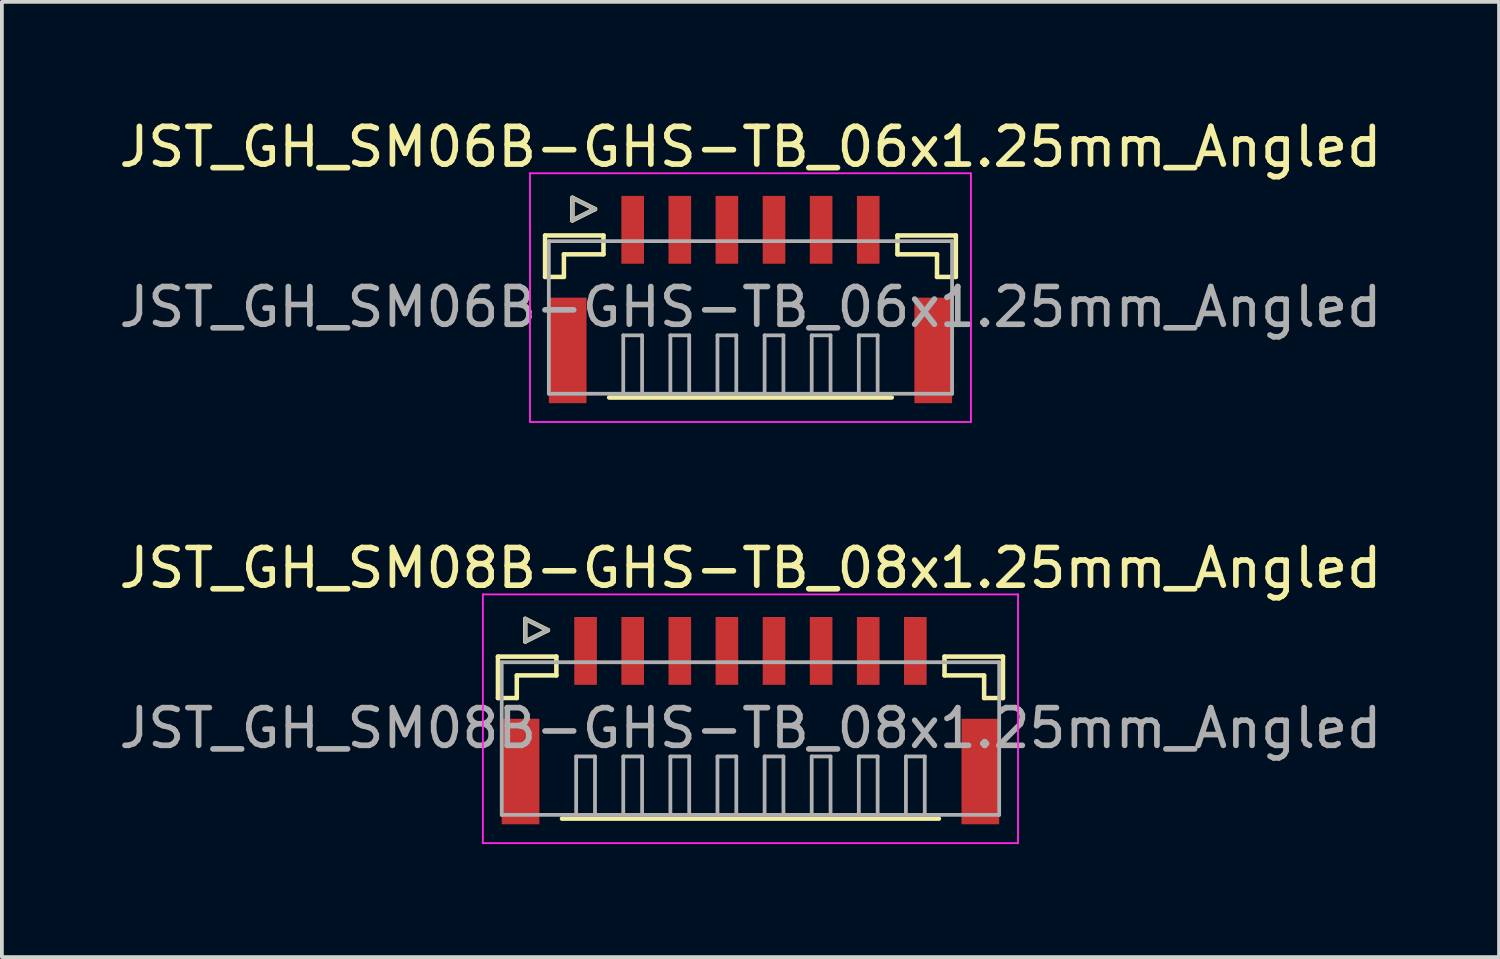
<source format=kicad_pcb>
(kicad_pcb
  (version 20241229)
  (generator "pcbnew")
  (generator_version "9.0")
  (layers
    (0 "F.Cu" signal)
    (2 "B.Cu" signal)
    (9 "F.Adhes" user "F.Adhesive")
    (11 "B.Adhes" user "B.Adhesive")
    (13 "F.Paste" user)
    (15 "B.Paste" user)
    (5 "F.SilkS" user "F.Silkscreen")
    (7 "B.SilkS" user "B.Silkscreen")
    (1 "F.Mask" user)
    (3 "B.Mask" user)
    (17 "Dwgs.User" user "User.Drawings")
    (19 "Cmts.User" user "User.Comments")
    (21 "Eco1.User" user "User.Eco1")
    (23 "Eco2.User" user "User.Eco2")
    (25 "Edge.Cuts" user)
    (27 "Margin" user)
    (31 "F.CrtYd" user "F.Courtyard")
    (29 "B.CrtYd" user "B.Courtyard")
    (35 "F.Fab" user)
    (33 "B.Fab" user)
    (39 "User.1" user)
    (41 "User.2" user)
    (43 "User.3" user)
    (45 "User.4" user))
  (footprint "JST_GH_SM08B-GHS-TB_08x1.25mm_Angled"
    (layer "F.Cu")
    (at 16.863 15.822)
    (property "Reference" "JST_GH_SM08B-GHS-TB_08x1.25mm_Angled" (at 0 -3.8 0) (layer "F.SilkS") (effects (font (size 1 1) (thickness 0.15))))
    (attr smd)
    (fp_line (start -6.7 -1.45) (end -5.15 -1.45) (stroke (width 0.12) (type solid)) (layer "F.SilkS"))
    (fp_line (start -6.7 -0.35) (end -6.7 -1.45) (stroke (width 0.12) (type solid)) (layer "F.SilkS"))
    (fp_line (start -6.2 -0.95) (end -6.2 -0.35) (stroke (width 0.12) (type solid)) (layer "F.SilkS"))
    (fp_line (start -6.2 -0.35) (end -6.7 -0.35) (stroke (width 0.12) (type solid)) (layer "F.SilkS"))
    (fp_line (start -5.975 -2.45) (end -5.975 -1.85) (stroke (width 0.12) (type solid)) (layer "F.SilkS"))
    (fp_line (start -5.975 -1.85) (end -5.375 -2.15) (stroke (width 0.12) (type solid)) (layer "F.SilkS"))
    (fp_line (start -5.375 -2.15) (end -5.975 -2.45) (stroke (width 0.12) (type solid)) (layer "F.SilkS"))
    (fp_line (start -5.15 -1.45) (end -5.15 -0.95) (stroke (width 0.12) (type solid)) (layer "F.SilkS"))
    (fp_line (start -5.15 -0.95) (end -6.2 -0.95) (stroke (width 0.12) (type solid)) (layer "F.SilkS"))
    (fp_line (start -5 2.85) (end 5 2.85) (stroke (width 0.12) (type solid)) (layer "F.SilkS"))
    (fp_line (start 5.15 -1.45) (end 5.15 -0.95) (stroke (width 0.12) (type solid)) (layer "F.SilkS"))
    (fp_line (start 5.15 -0.95) (end 6.2 -0.95) (stroke (width 0.12) (type solid)) (layer "F.SilkS"))
    (fp_line (start 6.2 -0.95) (end 6.2 -0.35) (stroke (width 0.12) (type solid)) (layer "F.SilkS"))
    (fp_line (start 6.2 -0.35) (end 6.7 -0.35) (stroke (width 0.12) (type solid)) (layer "F.SilkS"))
    (fp_line (start 6.7 -1.45) (end 5.15 -1.45) (stroke (width 0.12) (type solid)) (layer "F.SilkS"))
    (fp_line (start 6.7 -0.35) (end 6.7 -1.45) (stroke (width 0.12) (type solid)) (layer "F.SilkS"))
    (fp_line (start -7.1 -3.1) (end -7.1 3.5) (stroke (width 0.05) (type solid)) (layer "F.CrtYd"))
    (fp_line (start -7.1 3.5) (end 7.1 3.5) (stroke (width 0.05) (type solid)) (layer "F.CrtYd"))
    (fp_line (start 7.1 -3.1) (end -7.1 -3.1) (stroke (width 0.05) (type solid)) (layer "F.CrtYd"))
    (fp_line (start 7.1 3.5) (end 7.1 -3.1) (stroke (width 0.05) (type solid)) (layer "F.CrtYd"))
    (fp_line (start -6.6 -1.3) (end -6.6 2.75) (stroke (width 0.1) (type solid)) (layer "F.Fab"))
    (fp_line (start -6.6 2.75) (end 6.6 2.75) (stroke (width 0.1) (type solid)) (layer "F.Fab"))
    (fp_line (start -5.975 -2.45) (end -5.975 -1.85) (stroke (width 0.1) (type solid)) (layer "F.Fab"))
    (fp_line (start -5.975 -1.85) (end -5.375 -2.15) (stroke (width 0.1) (type solid)) (layer "F.Fab"))
    (fp_line (start -5.375 -2.15) (end -5.975 -2.45) (stroke (width 0.1) (type solid)) (layer "F.Fab"))
    (fp_line (start -4.625 1.2) (end -4.125 1.2) (stroke (width 0.1) (type solid)) (layer "F.Fab"))
    (fp_line (start -4.625 2.7) (end -4.625 1.2) (stroke (width 0.1) (type solid)) (layer "F.Fab"))
    (fp_line (start -4.125 1.2) (end -4.125 2.7) (stroke (width 0.1) (type solid)) (layer "F.Fab"))
    (fp_line (start -3.375 1.2) (end -2.875 1.2) (stroke (width 0.1) (type solid)) (layer "F.Fab"))
    (fp_line (start -3.375 2.7) (end -3.375 1.2) (stroke (width 0.1) (type solid)) (layer "F.Fab"))
    (fp_line (start -2.875 1.2) (end -2.875 2.7) (stroke (width 0.1) (type solid)) (layer "F.Fab"))
    (fp_line (start -2.125 1.2) (end -1.625 1.2) (stroke (width 0.1) (type solid)) (layer "F.Fab"))
    (fp_line (start -2.125 2.7) (end -2.125 1.2) (stroke (width 0.1) (type solid)) (layer "F.Fab"))
    (fp_line (start -1.625 1.2) (end -1.625 2.7) (stroke (width 0.1) (type solid)) (layer "F.Fab"))
    (fp_line (start -0.875 1.2) (end -0.375 1.2) (stroke (width 0.1) (type solid)) (layer "F.Fab"))
    (fp_line (start -0.875 2.7) (end -0.875 1.2) (stroke (width 0.1) (type solid)) (layer "F.Fab"))
    (fp_line (start -0.375 1.2) (end -0.375 2.7) (stroke (width 0.1) (type solid)) (layer "F.Fab"))
    (fp_line (start 0.375 1.2) (end 0.875 1.2) (stroke (width 0.1) (type solid)) (layer "F.Fab"))
    (fp_line (start 0.375 2.7) (end 0.375 1.2) (stroke (width 0.1) (type solid)) (layer "F.Fab"))
    (fp_line (start 0.875 1.2) (end 0.875 2.7) (stroke (width 0.1) (type solid)) (layer "F.Fab"))
    (fp_line (start 1.625 1.2) (end 2.125 1.2) (stroke (width 0.1) (type solid)) (layer "F.Fab"))
    (fp_line (start 1.625 2.7) (end 1.625 1.2) (stroke (width 0.1) (type solid)) (layer "F.Fab"))
    (fp_line (start 2.125 1.2) (end 2.125 2.7) (stroke (width 0.1) (type solid)) (layer "F.Fab"))
    (fp_line (start 2.875 1.2) (end 3.375 1.2) (stroke (width 0.1) (type solid)) (layer "F.Fab"))
    (fp_line (start 2.875 2.7) (end 2.875 1.2) (stroke (width 0.1) (type solid)) (layer "F.Fab"))
    (fp_line (start 3.375 1.2) (end 3.375 2.7) (stroke (width 0.1) (type solid)) (layer "F.Fab"))
    (fp_line (start 4.125 1.2) (end 4.625 1.2) (stroke (width 0.1) (type solid)) (layer "F.Fab"))
    (fp_line (start 4.125 2.7) (end 4.125 1.2) (stroke (width 0.1) (type solid)) (layer "F.Fab"))
    (fp_line (start 4.625 1.2) (end 4.625 2.7) (stroke (width 0.1) (type solid)) (layer "F.Fab"))
    (fp_line (start 6.6 -1.3) (end -6.6 -1.3) (stroke (width 0.1) (type solid)) (layer "F.Fab"))
    (fp_line (start 6.6 2.75) (end 6.6 -1.3) (stroke (width 0.1) (type solid)) (layer "F.Fab"))
    (fp_text user "${REFERENCE}" (at 0 0.45 0) (layer "F.Fab") (effects (font (size 1 1) (thickness 0.15))))
    (pad "" smd rect (at -6.1 1.6) (size 1 2.8) (layers "F.Cu" "F.Mask" "F.Paste"))
    (pad "" smd rect (at 6.1 1.6) (size 1 2.8) (layers "F.Cu" "F.Mask" "F.Paste"))
    (pad "1" smd rect (at -4.375 -1.6) (size 0.6 1.8) (layers "F.Cu" "F.Mask" "F.Paste"))
    (pad "2" smd rect (at -3.125 -1.6) (size 0.6 1.8) (layers "F.Cu" "F.Mask" "F.Paste"))
    (pad "3" smd rect (at -1.875 -1.6) (size 0.6 1.8) (layers "F.Cu" "F.Mask" "F.Paste"))
    (pad "4" smd rect (at -0.625 -1.6) (size 0.6 1.8) (layers "F.Cu" "F.Mask" "F.Paste"))
    (pad "5" smd rect (at 0.625 -1.6) (size 0.6 1.8) (layers "F.Cu" "F.Mask" "F.Paste"))
    (pad "6" smd rect (at 1.875 -1.6) (size 0.6 1.8) (layers "F.Cu" "F.Mask" "F.Paste"))
    (pad "7" smd rect (at 3.125 -1.6) (size 0.6 1.8) (layers "F.Cu" "F.Mask" "F.Paste"))
    (pad "8" smd rect (at 4.375 -1.6) (size 0.6 1.8) (layers "F.Cu" "F.Mask" "F.Paste")))
  (footprint "JST_GH_SM06B-GHS-TB_06x1.25mm_Angled"
    (layer "F.Cu")
    (at 16.863 4.648)
    (property "Reference" "JST_GH_SM06B-GHS-TB_06x1.25mm_Angled" (at 0 -3.8 0) (layer "F.SilkS") (effects (font (size 1 1) (thickness 0.15))))
    (attr smd)
    (fp_line (start -5.45 -1.45) (end -3.9 -1.45) (stroke (width 0.12) (type solid)) (layer "F.SilkS"))
    (fp_line (start -5.45 -0.35) (end -5.45 -1.45) (stroke (width 0.12) (type solid)) (layer "F.SilkS"))
    (fp_line (start -4.95 -0.95) (end -4.95 -0.35) (stroke (width 0.12) (type solid)) (layer "F.SilkS"))
    (fp_line (start -4.95 -0.35) (end -5.45 -0.35) (stroke (width 0.12) (type solid)) (layer "F.SilkS"))
    (fp_line (start -4.725 -2.45) (end -4.725 -1.85) (stroke (width 0.12) (type solid)) (layer "F.SilkS"))
    (fp_line (start -4.725 -1.85) (end -4.125 -2.15) (stroke (width 0.12) (type solid)) (layer "F.SilkS"))
    (fp_line (start -4.125 -2.15) (end -4.725 -2.45) (stroke (width 0.12) (type solid)) (layer "F.SilkS"))
    (fp_line (start -3.9 -1.45) (end -3.9 -0.95) (stroke (width 0.12) (type solid)) (layer "F.SilkS"))
    (fp_line (start -3.9 -0.95) (end -4.95 -0.95) (stroke (width 0.12) (type solid)) (layer "F.SilkS"))
    (fp_line (start -3.75 2.85) (end 3.75 2.85) (stroke (width 0.12) (type solid)) (layer "F.SilkS"))
    (fp_line (start 3.9 -1.45) (end 3.9 -0.95) (stroke (width 0.12) (type solid)) (layer "F.SilkS"))
    (fp_line (start 3.9 -0.95) (end 4.95 -0.95) (stroke (width 0.12) (type solid)) (layer "F.SilkS"))
    (fp_line (start 4.95 -0.95) (end 4.95 -0.35) (stroke (width 0.12) (type solid)) (layer "F.SilkS"))
    (fp_line (start 4.95 -0.35) (end 5.45 -0.35) (stroke (width 0.12) (type solid)) (layer "F.SilkS"))
    (fp_line (start 5.45 -1.45) (end 3.9 -1.45) (stroke (width 0.12) (type solid)) (layer "F.SilkS"))
    (fp_line (start 5.45 -0.35) (end 5.45 -1.45) (stroke (width 0.12) (type solid)) (layer "F.SilkS"))
    (fp_line (start -5.85 -3.1) (end -5.85 3.5) (stroke (width 0.05) (type solid)) (layer "F.CrtYd"))
    (fp_line (start -5.85 3.5) (end 5.85 3.5) (stroke (width 0.05) (type solid)) (layer "F.CrtYd"))
    (fp_line (start 5.85 -3.1) (end -5.85 -3.1) (stroke (width 0.05) (type solid)) (layer "F.CrtYd"))
    (fp_line (start 5.85 3.5) (end 5.85 -3.1) (stroke (width 0.05) (type solid)) (layer "F.CrtYd"))
    (fp_line (start -5.35 -1.3) (end -5.35 2.75) (stroke (width 0.1) (type solid)) (layer "F.Fab"))
    (fp_line (start -5.35 2.75) (end 5.35 2.75) (stroke (width 0.1) (type solid)) (layer "F.Fab"))
    (fp_line (start -4.725 -2.45) (end -4.725 -1.85) (stroke (width 0.1) (type solid)) (layer "F.Fab"))
    (fp_line (start -4.725 -1.85) (end -4.125 -2.15) (stroke (width 0.1) (type solid)) (layer "F.Fab"))
    (fp_line (start -4.125 -2.15) (end -4.725 -2.45) (stroke (width 0.1) (type solid)) (layer "F.Fab"))
    (fp_line (start -3.375 1.2) (end -2.875 1.2) (stroke (width 0.1) (type solid)) (layer "F.Fab"))
    (fp_line (start -3.375 2.7) (end -3.375 1.2) (stroke (width 0.1) (type solid)) (layer "F.Fab"))
    (fp_line (start -2.875 1.2) (end -2.875 2.7) (stroke (width 0.1) (type solid)) (layer "F.Fab"))
    (fp_line (start -2.125 1.2) (end -1.625 1.2) (stroke (width 0.1) (type solid)) (layer "F.Fab"))
    (fp_line (start -2.125 2.7) (end -2.125 1.2) (stroke (width 0.1) (type solid)) (layer "F.Fab"))
    (fp_line (start -1.625 1.2) (end -1.625 2.7) (stroke (width 0.1) (type solid)) (layer "F.Fab"))
    (fp_line (start -0.875 1.2) (end -0.375 1.2) (stroke (width 0.1) (type solid)) (layer "F.Fab"))
    (fp_line (start -0.875 2.7) (end -0.875 1.2) (stroke (width 0.1) (type solid)) (layer "F.Fab"))
    (fp_line (start -0.375 1.2) (end -0.375 2.7) (stroke (width 0.1) (type solid)) (layer "F.Fab"))
    (fp_line (start 0.375 1.2) (end 0.875 1.2) (stroke (width 0.1) (type solid)) (layer "F.Fab"))
    (fp_line (start 0.375 2.7) (end 0.375 1.2) (stroke (width 0.1) (type solid)) (layer "F.Fab"))
    (fp_line (start 0.875 1.2) (end 0.875 2.7) (stroke (width 0.1) (type solid)) (layer "F.Fab"))
    (fp_line (start 1.625 1.2) (end 2.125 1.2) (stroke (width 0.1) (type solid)) (layer "F.Fab"))
    (fp_line (start 1.625 2.7) (end 1.625 1.2) (stroke (width 0.1) (type solid)) (layer "F.Fab"))
    (fp_line (start 2.125 1.2) (end 2.125 2.7) (stroke (width 0.1) (type solid)) (layer "F.Fab"))
    (fp_line (start 2.875 1.2) (end 3.375 1.2) (stroke (width 0.1) (type solid)) (layer "F.Fab"))
    (fp_line (start 2.875 2.7) (end 2.875 1.2) (stroke (width 0.1) (type solid)) (layer "F.Fab"))
    (fp_line (start 3.375 1.2) (end 3.375 2.7) (stroke (width 0.1) (type solid)) (layer "F.Fab"))
    (fp_line (start 5.35 -1.3) (end -5.35 -1.3) (stroke (width 0.1) (type solid)) (layer "F.Fab"))
    (fp_line (start 5.35 2.75) (end 5.35 -1.3) (stroke (width 0.1) (type solid)) (layer "F.Fab"))
    (fp_text user "${REFERENCE}" (at 0 0.45 0) (layer "F.Fab") (effects (font (size 1 1) (thickness 0.15))))
    (pad "" smd rect (at -4.85 1.6) (size 1 2.8) (layers "F.Cu" "F.Mask" "F.Paste"))
    (pad "" smd rect (at 4.85 1.6) (size 1 2.8) (layers "F.Cu" "F.Mask" "F.Paste"))
    (pad "1" smd rect (at -3.125 -1.6) (size 0.6 1.8) (layers "F.Cu" "F.Mask" "F.Paste"))
    (pad "2" smd rect (at -1.875 -1.6) (size 0.6 1.8) (layers "F.Cu" "F.Mask" "F.Paste"))
    (pad "3" smd rect (at -0.625 -1.6) (size 0.6 1.8) (layers "F.Cu" "F.Mask" "F.Paste"))
    (pad "4" smd rect (at 0.625 -1.6) (size 0.6 1.8) (layers "F.Cu" "F.Mask" "F.Paste"))
    (pad "5" smd rect (at 1.875 -1.6) (size 0.6 1.8) (layers "F.Cu" "F.Mask" "F.Paste"))
    (pad "6" smd rect (at 3.125 -1.6) (size 0.6 1.8) (layers "F.Cu" "F.Mask" "F.Paste")))
  (gr_rect
    (start -3 -3)
    (end 36.726 22.346)
    (stroke (width 0.1) (type default))
    (fill no)
    (layer "Edge.Cuts")))
</source>
